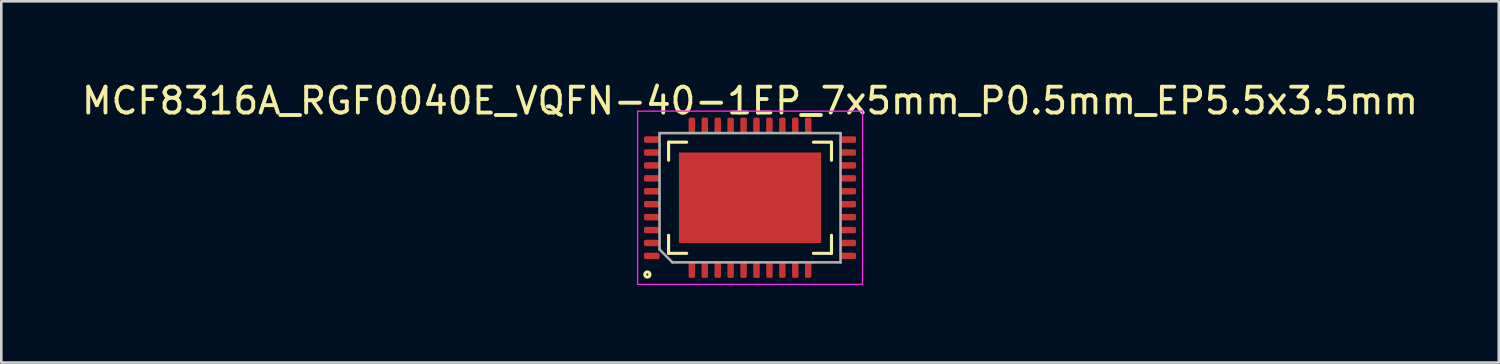
<source format=kicad_pcb>
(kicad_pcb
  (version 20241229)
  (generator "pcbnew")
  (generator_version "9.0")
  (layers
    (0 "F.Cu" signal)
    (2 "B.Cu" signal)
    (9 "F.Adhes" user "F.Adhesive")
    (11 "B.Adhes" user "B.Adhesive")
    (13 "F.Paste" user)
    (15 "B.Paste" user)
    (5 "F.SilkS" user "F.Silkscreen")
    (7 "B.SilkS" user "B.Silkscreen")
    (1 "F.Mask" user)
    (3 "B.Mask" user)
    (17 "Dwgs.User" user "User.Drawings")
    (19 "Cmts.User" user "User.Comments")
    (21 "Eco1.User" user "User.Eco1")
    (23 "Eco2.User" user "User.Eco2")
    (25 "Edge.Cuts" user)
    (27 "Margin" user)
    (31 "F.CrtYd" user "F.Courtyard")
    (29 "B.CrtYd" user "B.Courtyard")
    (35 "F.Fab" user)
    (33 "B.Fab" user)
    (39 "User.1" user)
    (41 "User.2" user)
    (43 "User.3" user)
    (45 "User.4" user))
  (footprint "MCF8316A_RGF0040E_VQFN-40-1EP_7x5mm_P0.5mm_EP5.5x3.5mm"
    (layer "F.Cu")
    (at 25.958 4.598)
    (property "Reference" "MCF8316A_RGF0040E_VQFN-40-1EP_7x5mm_P0.5mm_EP5.5x3.5mm" (at 0 -3.75 0) (layer "F.SilkS") (effects (font (size 1 1) (thickness 0.15))))
    (attr smd)
    (fp_line (start -3.15 -2.15) (end -2.45 -2.15) (stroke (width 0.12) (type solid)) (layer "F.SilkS"))
    (fp_line (start -3.15 -1.45) (end -3.15 -2.15) (stroke (width 0.12) (type solid)) (layer "F.SilkS"))
    (fp_line (start -3.15 2.15) (end -3.15 1.45) (stroke (width 0.12) (type solid)) (layer "F.SilkS"))
    (fp_line (start -3.15 2.15) (end -2.45 2.15) (stroke (width 0.12) (type solid)) (layer "F.SilkS"))
    (fp_line (start 2.45 -2.15) (end 3.15 -2.15) (stroke (width 0.12) (type solid)) (layer "F.SilkS"))
    (fp_line (start 2.45 2.15) (end 3.15 2.15) (stroke (width 0.12) (type solid)) (layer "F.SilkS"))
    (fp_line (start 3.15 -1.45) (end 3.15 -2.15) (stroke (width 0.12) (type solid)) (layer "F.SilkS"))
    (fp_line (start 3.15 2.15) (end 3.15 1.45) (stroke (width 0.12) (type solid)) (layer "F.SilkS"))
    (fp_circle (center -3.97 2.97) (end -3.87 2.97) (stroke (width 0.12) (type solid)) (fill no) (layer "F.SilkS"))
    (fp_line (start -4.35 -3.35) (end 4.35 -3.35) (stroke (width 0.05) (type solid)) (layer "F.CrtYd"))
    (fp_line (start -4.35 3.35) (end -4.35 -3.35) (stroke (width 0.05) (type solid)) (layer "F.CrtYd"))
    (fp_line (start 4.35 -3.35) (end 4.35 3.35) (stroke (width 0.05) (type solid)) (layer "F.CrtYd"))
    (fp_line (start 4.35 3.35) (end -4.35 3.35) (stroke (width 0.05) (type solid)) (layer "F.CrtYd"))
    (fp_line (start -3.5 -2.5) (end -3.5 2) (stroke (width 0.1) (type solid)) (layer "F.Fab"))
    (fp_line (start -3.5 2) (end -3 2.5) (stroke (width 0.1) (type solid)) (layer "F.Fab"))
    (fp_line (start -3 2.5) (end 3.5 2.5) (stroke (width 0.1) (type solid)) (layer "F.Fab"))
    (fp_line (start 3.5 -2.5) (end -3.5 -2.5) (stroke (width 0.1) (type solid)) (layer "F.Fab"))
    (fp_line (start 3.5 2.5) (end 3.5 -2.5) (stroke (width 0.1) (type solid)) (layer "F.Fab"))
    (pad "" smd roundrect (at -1.8 -1.1) (size 1.1 1) (layers "F.Paste") (roundrect_rratio 0.05))
    (pad "" smd roundrect (at -1.8 0) (size 1.1 1) (layers "F.Paste") (roundrect_rratio 0.05))
    (pad "" smd roundrect (at -1.8 1.1) (size 1.1 1) (layers "F.Paste") (roundrect_rratio 0.05))
    (pad "" smd roundrect (at -0.6 -1.1) (size 1.1 1) (layers "F.Paste") (roundrect_rratio 0.05))
    (pad "" smd roundrect (at -0.6 0) (size 1.1 1) (layers "F.Paste") (roundrect_rratio 0.05))
    (pad "" smd roundrect (at -0.6 1.1) (size 1.1 1) (layers "F.Paste") (roundrect_rratio 0.05))
    (pad "" smd roundrect (at 0.6 -1.1) (size 1.1 1) (layers "F.Paste") (roundrect_rratio 0.05))
    (pad "" smd roundrect (at 0.6 0) (size 1.1 1) (layers "F.Paste") (roundrect_rratio 0.05))
    (pad "" smd roundrect (at 0.6 1.1) (size 1.1 1) (layers "F.Paste") (roundrect_rratio 0.05))
    (pad "" smd roundrect (at 1.8 -1.1) (size 1.1 1) (layers "F.Paste") (roundrect_rratio 0.05))
    (pad "" smd roundrect (at 1.8 0) (size 1.1 1) (layers "F.Paste") (roundrect_rratio 0.05))
    (pad "" smd roundrect (at 1.8 1.1) (size 1.1 1) (layers "F.Paste") (roundrect_rratio 0.05))
    (pad "1" smd roundrect (at -2.25 2.8) (size 0.25 0.6) (layers "F.Cu" "F.Mask" "F.Paste") (roundrect_rratio 0.25))
    (pad "2" smd roundrect (at -1.75 2.8) (size 0.25 0.6) (layers "F.Cu" "F.Mask" "F.Paste") (roundrect_rratio 0.25))
    (pad "3" smd roundrect (at -1.25 2.8) (size 0.25 0.6) (layers "F.Cu" "F.Mask" "F.Paste") (roundrect_rratio 0.25))
    (pad "4" smd roundrect (at -0.75 2.8) (size 0.25 0.6) (layers "F.Cu" "F.Mask" "F.Paste") (roundrect_rratio 0.25))
    (pad "5" smd roundrect (at -0.25 2.8) (size 0.25 0.6) (layers "F.Cu" "F.Mask" "F.Paste") (roundrect_rratio 0.25))
    (pad "6" smd roundrect (at 0.25 2.8) (size 0.25 0.6) (layers "F.Cu" "F.Mask" "F.Paste") (roundrect_rratio 0.25))
    (pad "7" smd roundrect (at 0.75 2.8) (size 0.25 0.6) (layers "F.Cu" "F.Mask" "F.Paste") (roundrect_rratio 0.25))
    (pad "8" smd roundrect (at 1.25 2.8) (size 0.25 0.6) (layers "F.Cu" "F.Mask" "F.Paste") (roundrect_rratio 0.25))
    (pad "9" smd roundrect (at 1.75 2.8) (size 0.25 0.6) (layers "F.Cu" "F.Mask" "F.Paste") (roundrect_rratio 0.25))
    (pad "10" smd roundrect (at 2.25 2.8) (size 0.25 0.6) (layers "F.Cu" "F.Mask" "F.Paste") (roundrect_rratio 0.25))
    (pad "11" smd roundrect (at 3.8 2.25 90) (size 0.25 0.6) (layers "F.Cu" "F.Mask" "F.Paste") (roundrect_rratio 0.25))
    (pad "12" smd roundrect (at 3.8 1.75 90) (size 0.25 0.6) (layers "F.Cu" "F.Mask" "F.Paste") (roundrect_rratio 0.25))
    (pad "13" smd roundrect (at 3.8 1.25 90) (size 0.25 0.6) (layers "F.Cu" "F.Mask" "F.Paste") (roundrect_rratio 0.25))
    (pad "14" smd roundrect (at 3.8 0.75 90) (size 0.25 0.6) (layers "F.Cu" "F.Mask" "F.Paste") (roundrect_rratio 0.25))
    (pad "15" smd roundrect (at 3.8 0.25 90) (size 0.25 0.6) (layers "F.Cu" "F.Mask" "F.Paste") (roundrect_rratio 0.25))
    (pad "16" smd roundrect (at 3.8 -0.25 90) (size 0.25 0.6) (layers "F.Cu" "F.Mask" "F.Paste") (roundrect_rratio 0.25))
    (pad "17" smd roundrect (at 3.8 -0.75 90) (size 0.25 0.6) (layers "F.Cu" "F.Mask" "F.Paste") (roundrect_rratio 0.25))
    (pad "18" smd roundrect (at 3.8 -1.25 90) (size 0.25 0.6) (layers "F.Cu" "F.Mask" "F.Paste") (roundrect_rratio 0.25))
    (pad "19" smd roundrect (at 3.8 -1.75 90) (size 0.25 0.6) (layers "F.Cu" "F.Mask" "F.Paste") (roundrect_rratio 0.25))
    (pad "20" smd roundrect (at 3.8 -2.25 90) (size 0.25 0.6) (layers "F.Cu" "F.Mask" "F.Paste") (roundrect_rratio 0.25))
    (pad "21" smd roundrect (at 2.25 -2.8) (size 0.25 0.6) (layers "F.Cu" "F.Mask" "F.Paste") (roundrect_rratio 0.25))
    (pad "22" smd roundrect (at 1.75 -2.8) (size 0.25 0.6) (layers "F.Cu" "F.Mask" "F.Paste") (roundrect_rratio 0.25))
    (pad "23" smd roundrect (at 1.25 -2.8) (size 0.25 0.6) (layers "F.Cu" "F.Mask" "F.Paste") (roundrect_rratio 0.25))
    (pad "24" smd roundrect (at 0.75 -2.8) (size 0.25 0.6) (layers "F.Cu" "F.Mask" "F.Paste") (roundrect_rratio 0.25))
    (pad "25" smd roundrect (at 0.25 -2.8) (size 0.25 0.6) (layers "F.Cu" "F.Mask" "F.Paste") (roundrect_rratio 0.25))
    (pad "26" smd roundrect (at -0.25 -2.8) (size 0.25 0.6) (layers "F.Cu" "F.Mask" "F.Paste") (roundrect_rratio 0.25))
    (pad "27" smd roundrect (at -0.75 -2.8) (size 0.25 0.6) (layers "F.Cu" "F.Mask" "F.Paste") (roundrect_rratio 0.25))
    (pad "28" smd roundrect (at -1.25 -2.8) (size 0.25 0.6) (layers "F.Cu" "F.Mask" "F.Paste") (roundrect_rratio 0.25))
    (pad "29" smd roundrect (at -1.75 -2.8) (size 0.25 0.6) (layers "F.Cu" "F.Mask" "F.Paste") (roundrect_rratio 0.25))
    (pad "30" smd roundrect (at -2.25 -2.8) (size 0.25 0.6) (layers "F.Cu" "F.Mask" "F.Paste") (roundrect_rratio 0.25))
    (pad "31" smd roundrect (at -3.8 -2.25 90) (size 0.25 0.6) (layers "F.Cu" "F.Mask" "F.Paste") (roundrect_rratio 0.25))
    (pad "32" smd roundrect (at -3.8 -1.75 90) (size 0.25 0.6) (layers "F.Cu" "F.Mask" "F.Paste") (roundrect_rratio 0.25))
    (pad "33" smd roundrect (at -3.8 -1.25 90) (size 0.25 0.6) (layers "F.Cu" "F.Mask" "F.Paste") (roundrect_rratio 0.25))
    (pad "34" smd roundrect (at -3.8 -0.75 90) (size 0.25 0.6) (layers "F.Cu" "F.Mask" "F.Paste") (roundrect_rratio 0.25))
    (pad "35" smd roundrect (at -3.8 -0.25 90) (size 0.25 0.6) (layers "F.Cu" "F.Mask" "F.Paste") (roundrect_rratio 0.25))
    (pad "36" smd roundrect (at -3.8 0.25 90) (size 0.25 0.6) (layers "F.Cu" "F.Mask" "F.Paste") (roundrect_rratio 0.25))
    (pad "37" smd roundrect (at -3.8 0.75 90) (size 0.25 0.6) (layers "F.Cu" "F.Mask" "F.Paste") (roundrect_rratio 0.25))
    (pad "38" smd roundrect (at -3.8 1.25 90) (size 0.25 0.6) (layers "F.Cu" "F.Mask" "F.Paste") (roundrect_rratio 0.25))
    (pad "39" smd roundrect (at -3.8 1.75 90) (size 0.25 0.6) (layers "F.Cu" "F.Mask" "F.Paste") (roundrect_rratio 0.25))
    (pad "40" smd roundrect (at -3.8 2.25 90) (size 0.25 0.6) (layers "F.Cu" "F.Mask" "F.Paste") (roundrect_rratio 0.25))
    (pad "41" smd rect (at 0 0) (size 5.5 3.5) (layers "F.Cu" "F.Mask")))
  (gr_rect
    (start -3 -3)
    (end 54.917 10.973)
    (stroke (width 0.1) (type default))
    (fill no)
    (layer "Edge.Cuts")))
</source>
